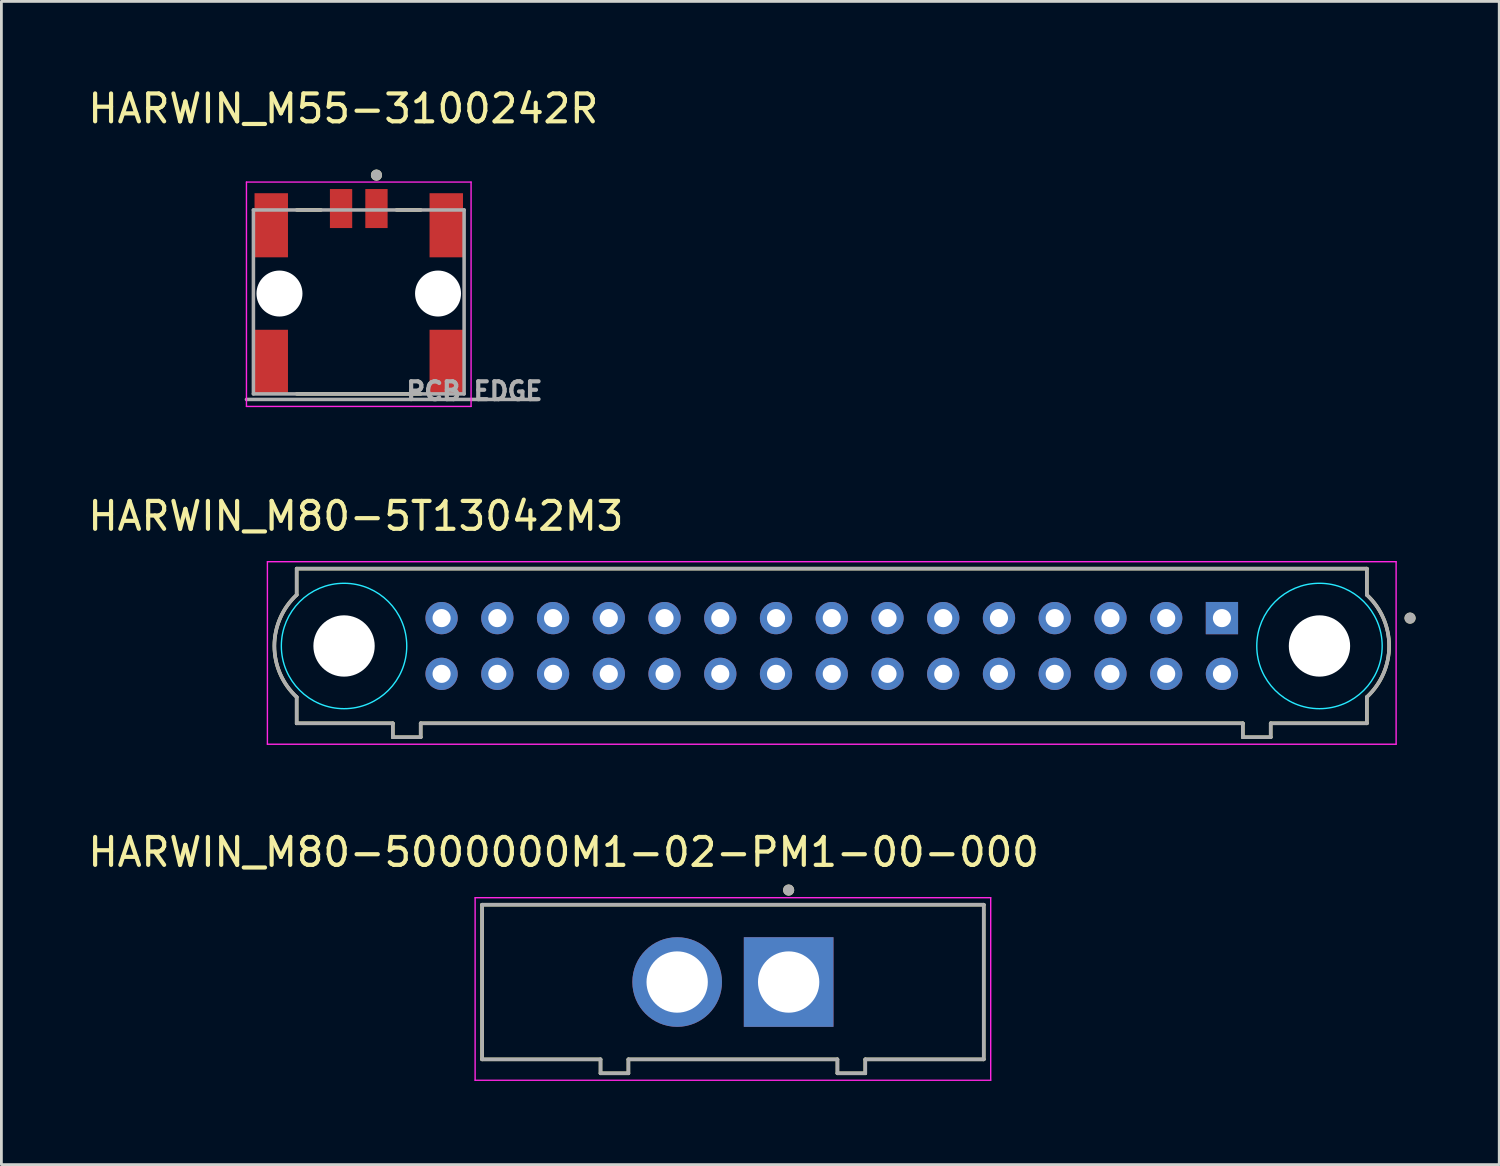
<source format=kicad_pcb>
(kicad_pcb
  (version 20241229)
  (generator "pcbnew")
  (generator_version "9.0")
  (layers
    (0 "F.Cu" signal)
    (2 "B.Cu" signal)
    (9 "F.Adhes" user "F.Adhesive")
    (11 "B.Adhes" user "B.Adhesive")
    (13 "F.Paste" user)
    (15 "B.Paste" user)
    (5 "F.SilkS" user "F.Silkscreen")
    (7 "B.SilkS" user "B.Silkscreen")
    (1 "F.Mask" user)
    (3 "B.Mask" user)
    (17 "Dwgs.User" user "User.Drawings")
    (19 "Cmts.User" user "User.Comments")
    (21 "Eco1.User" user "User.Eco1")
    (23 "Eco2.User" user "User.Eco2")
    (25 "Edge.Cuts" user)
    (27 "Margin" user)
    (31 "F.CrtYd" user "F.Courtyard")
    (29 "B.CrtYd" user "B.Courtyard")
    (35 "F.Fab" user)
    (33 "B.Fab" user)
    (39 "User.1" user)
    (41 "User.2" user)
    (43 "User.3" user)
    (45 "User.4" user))
  (footprint "HARWIN_M80-5000000M1-02-PM1-00-000"
    (layer "F.Cu")
    (at 23.248 32.187)
    (property "Reference" "HARWIN_M80-5000000M1-02-PM1-00-000" (at -6.075 -4.66 0) (layer "F.SilkS") (effects (font (size 1 1) (thickness 0.15))))
    (attr through_hole)
    (fp_line (start -9 -2.775) (end 9 -2.775) (stroke (width 0.127) (type solid)) (layer "F.SilkS"))
    (fp_line (start -9 2.775) (end -9 -2.775) (stroke (width 0.127) (type solid)) (layer "F.SilkS"))
    (fp_line (start -4.75 2.775) (end -9 2.775) (stroke (width 0.127) (type solid)) (layer "F.SilkS"))
    (fp_line (start -4.75 3.275) (end -4.75 2.775) (stroke (width 0.127) (type solid)) (layer "F.SilkS"))
    (fp_line (start -3.75 2.775) (end -3.75 3.275) (stroke (width 0.127) (type solid)) (layer "F.SilkS"))
    (fp_line (start -3.75 3.275) (end -4.75 3.275) (stroke (width 0.127) (type solid)) (layer "F.SilkS"))
    (fp_line (start 3.75 2.775) (end -3.75 2.775) (stroke (width 0.127) (type solid)) (layer "F.SilkS"))
    (fp_line (start 3.75 3.275) (end 3.75 2.775) (stroke (width 0.127) (type solid)) (layer "F.SilkS"))
    (fp_line (start 4.75 2.775) (end 4.75 3.275) (stroke (width 0.127) (type solid)) (layer "F.SilkS"))
    (fp_line (start 4.75 3.275) (end 3.75 3.275) (stroke (width 0.127) (type solid)) (layer "F.SilkS"))
    (fp_line (start 9 -2.775) (end 9 2.775) (stroke (width 0.127) (type solid)) (layer "F.SilkS"))
    (fp_line (start 9 2.775) (end 4.75 2.775) (stroke (width 0.127) (type solid)) (layer "F.SilkS"))
    (fp_circle (center 2 -3.3) (end 2.1 -3.3) (stroke (width 0.2) (type solid)) (fill no) (layer "F.SilkS"))
    (fp_line (start -9.25 -3.025) (end -9.25 3.525) (stroke (width 0.05) (type solid)) (layer "F.CrtYd"))
    (fp_line (start -9.25 3.525) (end 9.25 3.525) (stroke (width 0.05) (type solid)) (layer "F.CrtYd"))
    (fp_line (start 9.25 -3.025) (end -9.25 -3.025) (stroke (width 0.05) (type solid)) (layer "F.CrtYd"))
    (fp_line (start 9.25 3.525) (end 9.25 -3.025) (stroke (width 0.05) (type solid)) (layer "F.CrtYd"))
    (fp_line (start -9 -2.775) (end 9 -2.775) (stroke (width 0.127) (type solid)) (layer "F.Fab"))
    (fp_line (start -9 2.775) (end -9 -2.775) (stroke (width 0.127) (type solid)) (layer "F.Fab"))
    (fp_line (start -4.75 2.775) (end -9 2.775) (stroke (width 0.127) (type solid)) (layer "F.Fab"))
    (fp_line (start -4.75 3.275) (end -4.75 2.775) (stroke (width 0.127) (type solid)) (layer "F.Fab"))
    (fp_line (start -3.75 2.775) (end -3.75 3.275) (stroke (width 0.127) (type solid)) (layer "F.Fab"))
    (fp_line (start -3.75 3.275) (end -4.75 3.275) (stroke (width 0.127) (type solid)) (layer "F.Fab"))
    (fp_line (start 3.75 2.775) (end -3.75 2.775) (stroke (width 0.127) (type solid)) (layer "F.Fab"))
    (fp_line (start 3.75 3.275) (end 3.75 2.775) (stroke (width 0.127) (type solid)) (layer "F.Fab"))
    (fp_line (start 4.75 2.775) (end 4.75 3.275) (stroke (width 0.127) (type solid)) (layer "F.Fab"))
    (fp_line (start 4.75 3.275) (end 3.75 3.275) (stroke (width 0.127) (type solid)) (layer "F.Fab"))
    (fp_line (start 9 -2.775) (end 9 2.775) (stroke (width 0.127) (type solid)) (layer "F.Fab"))
    (fp_line (start 9 2.775) (end 4.75 2.775) (stroke (width 0.127) (type solid)) (layer "F.Fab"))
    (fp_circle (center 2 -3.3) (end 2.1 -3.3) (stroke (width 0.2) (type solid)) (fill no) (layer "F.Fab"))
    (pad "A" thru_hole rect (at 2 0) (size 3.216 3.216) (drill 2.2) (layers "*.Cu" "*.Mask"))
    (pad "B" thru_hole circle (at -2 0) (size 3.216 3.216) (drill 2.2) (layers "*.Cu" "*.Mask")))
  (footprint "HARWIN_M80-5T13042M3"
    (layer "F.Cu")
    (at 26.795 20.129)
    (property "Reference" "HARWIN_M80-5T13042M3" (at -17.075 -4.66 0) (layer "F.SilkS") (effects (font (size 1 1) (thickness 0.15))))
    (attr through_hole)
    (fp_line (start -19.2 -2.775) (end 19.2 -2.775) (stroke (width 0.127) (type solid)) (layer "F.SilkS"))
    (fp_line (start -19.2 -1.833) (end -19.2 -2.775) (stroke (width 0.127) (type solid)) (layer "F.SilkS"))
    (fp_line (start -19.2 2.775) (end -19.2 1.833) (stroke (width 0.127) (type solid)) (layer "F.SilkS"))
    (fp_line (start -15.75 2.775) (end -19.2 2.775) (stroke (width 0.127) (type solid)) (layer "F.SilkS"))
    (fp_line (start -15.75 3.275) (end -15.75 2.775) (stroke (width 0.127) (type solid)) (layer "F.SilkS"))
    (fp_line (start -14.75 2.775) (end -14.75 3.275) (stroke (width 0.127) (type solid)) (layer "F.SilkS"))
    (fp_line (start -14.75 3.275) (end -15.75 3.275) (stroke (width 0.127) (type solid)) (layer "F.SilkS"))
    (fp_line (start 14.75 2.775) (end -14.75 2.775) (stroke (width 0.127) (type solid)) (layer "F.SilkS"))
    (fp_line (start 14.75 3.275) (end 14.75 2.775) (stroke (width 0.127) (type solid)) (layer "F.SilkS"))
    (fp_line (start 15.75 2.775) (end 15.75 3.275) (stroke (width 0.127) (type solid)) (layer "F.SilkS"))
    (fp_line (start 15.75 3.275) (end 14.75 3.275) (stroke (width 0.127) (type solid)) (layer "F.SilkS"))
    (fp_line (start 19.2 -2.775) (end 19.2 -1.833) (stroke (width 0.127) (type solid)) (layer "F.SilkS"))
    (fp_line (start 19.2 1.833) (end 19.2 2.775) (stroke (width 0.127) (type solid)) (layer "F.SilkS"))
    (fp_line (start 19.2 2.775) (end 15.75 2.775) (stroke (width 0.127) (type solid)) (layer "F.SilkS"))
    (fp_arc (start -19.2 1.83303) (mid -19.999974 0) (end -19.200001 -1.83303) (stroke (width 0.127) (type solid)) (layer "F.SilkS"))
    (fp_arc (start 19.2 -1.83303) (mid 19.999974 0) (end 19.200001 1.83303) (stroke (width 0.127) (type solid)) (layer "F.SilkS"))
    (fp_circle (center 20.75 -1) (end 20.85 -1) (stroke (width 0.2) (type solid)) (fill no) (layer "F.SilkS"))
    (fp_circle (center -17.5 0) (end -15.25 0) (stroke (width 0.05) (type solid)) (fill no) (layer "B.CrtYd"))
    (fp_circle (center 17.5 0) (end 19.75 0) (stroke (width 0.05) (type solid)) (fill no) (layer "B.CrtYd"))
    (fp_line (start -20.25 -3.025) (end -20.25 3.525) (stroke (width 0.05) (type solid)) (layer "F.CrtYd"))
    (fp_line (start -20.25 3.525) (end 20.25 3.525) (stroke (width 0.05) (type solid)) (layer "F.CrtYd"))
    (fp_line (start 20.25 -3.025) (end -20.25 -3.025) (stroke (width 0.05) (type solid)) (layer "F.CrtYd"))
    (fp_line (start 20.25 3.525) (end 20.25 -3.025) (stroke (width 0.05) (type solid)) (layer "F.CrtYd"))
    (fp_line (start -19.2 -2.775) (end 19.2 -2.775) (stroke (width 0.127) (type solid)) (layer "F.Fab"))
    (fp_line (start -19.2 -1.833) (end -19.2 -2.775) (stroke (width 0.127) (type solid)) (layer "F.Fab"))
    (fp_line (start -19.2 2.775) (end -19.2 1.833) (stroke (width 0.127) (type solid)) (layer "F.Fab"))
    (fp_line (start -15.75 2.775) (end -19.2 2.775) (stroke (width 0.127) (type solid)) (layer "F.Fab"))
    (fp_line (start -15.75 3.275) (end -15.75 2.775) (stroke (width 0.127) (type solid)) (layer "F.Fab"))
    (fp_line (start -14.75 2.775) (end -14.75 3.275) (stroke (width 0.127) (type solid)) (layer "F.Fab"))
    (fp_line (start -14.75 3.275) (end -15.75 3.275) (stroke (width 0.127) (type solid)) (layer "F.Fab"))
    (fp_line (start 14.75 2.775) (end -14.75 2.775) (stroke (width 0.127) (type solid)) (layer "F.Fab"))
    (fp_line (start 14.75 3.275) (end 14.75 2.775) (stroke (width 0.127) (type solid)) (layer "F.Fab"))
    (fp_line (start 15.75 2.775) (end 15.75 3.275) (stroke (width 0.127) (type solid)) (layer "F.Fab"))
    (fp_line (start 15.75 3.275) (end 14.75 3.275) (stroke (width 0.127) (type solid)) (layer "F.Fab"))
    (fp_line (start 19.2 -2.775) (end 19.2 -1.833) (stroke (width 0.127) (type solid)) (layer "F.Fab"))
    (fp_line (start 19.2 1.833) (end 19.2 2.775) (stroke (width 0.127) (type solid)) (layer "F.Fab"))
    (fp_line (start 19.2 2.775) (end 15.75 2.775) (stroke (width 0.127) (type solid)) (layer "F.Fab"))
    (fp_arc (start -19.2 1.83303) (mid -19.999974 0) (end -19.200001 -1.83303) (stroke (width 0.127) (type solid)) (layer "F.Fab"))
    (fp_arc (start 19.2 -1.83303) (mid 19.999974 0) (end 19.200001 1.83303) (stroke (width 0.127) (type solid)) (layer "F.Fab"))
    (fp_circle (center 20.75 -1) (end 20.85 -1) (stroke (width 0.2) (type solid)) (fill no) (layer "F.Fab"))
    (pad "" np_thru_hole circle (at -17.5 0) (size 2.2 2.2) (drill 2.2) (layers "*.Cu" "*.Mask"))
    (pad "" np_thru_hole circle (at 17.5 0) (size 2.2 2.2) (drill 2.2) (layers "*.Cu" "*.Mask"))
    (pad "1" thru_hole rect (at 14 -1) (size 1.158 1.158) (drill 0.65) (layers "*.Cu" "*.Mask"))
    (pad "2" thru_hole circle (at 12 -1) (size 1.158 1.158) (drill 0.65) (layers "*.Cu" "*.Mask"))
    (pad "3" thru_hole circle (at 10 -1) (size 1.158 1.158) (drill 0.65) (layers "*.Cu" "*.Mask"))
    (pad "4" thru_hole circle (at 8 -1) (size 1.158 1.158) (drill 0.65) (layers "*.Cu" "*.Mask"))
    (pad "5" thru_hole circle (at 6 -1) (size 1.158 1.158) (drill 0.65) (layers "*.Cu" "*.Mask"))
    (pad "6" thru_hole circle (at 4 -1) (size 1.158 1.158) (drill 0.65) (layers "*.Cu" "*.Mask"))
    (pad "7" thru_hole circle (at 2 -1) (size 1.158 1.158) (drill 0.65) (layers "*.Cu" "*.Mask"))
    (pad "8" thru_hole circle (at 0 -1) (size 1.158 1.158) (drill 0.65) (layers "*.Cu" "*.Mask"))
    (pad "9" thru_hole circle (at -2 -1) (size 1.158 1.158) (drill 0.65) (layers "*.Cu" "*.Mask"))
    (pad "10" thru_hole circle (at -4 -1) (size 1.158 1.158) (drill 0.65) (layers "*.Cu" "*.Mask"))
    (pad "11" thru_hole circle (at -6 -1) (size 1.158 1.158) (drill 0.65) (layers "*.Cu" "*.Mask"))
    (pad "12" thru_hole circle (at -8 -1) (size 1.158 1.158) (drill 0.65) (layers "*.Cu" "*.Mask"))
    (pad "13" thru_hole circle (at -10 -1) (size 1.158 1.158) (drill 0.65) (layers "*.Cu" "*.Mask"))
    (pad "14" thru_hole circle (at -12 -1) (size 1.158 1.158) (drill 0.65) (layers "*.Cu" "*.Mask"))
    (pad "15" thru_hole circle (at -14 -1) (size 1.158 1.158) (drill 0.65) (layers "*.Cu" "*.Mask"))
    (pad "16" thru_hole circle (at 14 1) (size 1.158 1.158) (drill 0.65) (layers "*.Cu" "*.Mask"))
    (pad "17" thru_hole circle (at 12 1) (size 1.158 1.158) (drill 0.65) (layers "*.Cu" "*.Mask"))
    (pad "18" thru_hole circle (at 10 1) (size 1.158 1.158) (drill 0.65) (layers "*.Cu" "*.Mask"))
    (pad "19" thru_hole circle (at 8 1) (size 1.158 1.158) (drill 0.65) (layers "*.Cu" "*.Mask"))
    (pad "20" thru_hole circle (at 6 1) (size 1.158 1.158) (drill 0.65) (layers "*.Cu" "*.Mask"))
    (pad "21" thru_hole circle (at 4 1) (size 1.158 1.158) (drill 0.65) (layers "*.Cu" "*.Mask"))
    (pad "22" thru_hole circle (at 2 1) (size 1.158 1.158) (drill 0.65) (layers "*.Cu" "*.Mask"))
    (pad "23" thru_hole circle (at 0 1) (size 1.158 1.158) (drill 0.65) (layers "*.Cu" "*.Mask"))
    (pad "24" thru_hole circle (at -2 1) (size 1.158 1.158) (drill 0.65) (layers "*.Cu" "*.Mask"))
    (pad "25" thru_hole circle (at -4 1) (size 1.158 1.158) (drill 0.65) (layers "*.Cu" "*.Mask"))
    (pad "26" thru_hole circle (at -6 1) (size 1.158 1.158) (drill 0.65) (layers "*.Cu" "*.Mask"))
    (pad "27" thru_hole circle (at -8 1) (size 1.158 1.158) (drill 0.65) (layers "*.Cu" "*.Mask"))
    (pad "28" thru_hole circle (at -10 1) (size 1.158 1.158) (drill 0.65) (layers "*.Cu" "*.Mask"))
    (pad "29" thru_hole circle (at -12 1) (size 1.158 1.158) (drill 0.65) (layers "*.Cu" "*.Mask"))
    (pad "30" thru_hole circle (at -14 1) (size 1.158 1.158) (drill 0.65) (layers "*.Cu" "*.Mask"))
    (zone (net_name "") (layers "F.Cu" "B.Cu") (hatch full 0.508) (connect_pads) (min_thickness 2) (filled_areas_thickness no) (keepout (tracks allowed) (vias not_allowed) (pads allowed) (copperpour allowed) (footprints allowed)) (placement (enabled no)) (fill) (polygon (pts (xy 11.295 20.129) (xy 11.286 20.325) (xy 11.257 20.519) (xy 11.209 20.71) (xy 11.143 20.895) (xy 11.059 21.072) (xy 10.958 21.24) (xy 10.841 21.398) (xy 10.709 21.543) (xy 10.564 21.675) (xy 10.406 21.792) (xy 10.238 21.893) (xy 10.061 21.977) (xy 9.876 22.043) (xy 9.685 22.091) (xy 9.491 22.12) (xy 9.295 22.129) (xy 9.099 22.12) (xy 8.905 22.091) (xy 8.715 22.043) (xy 8.53 21.977) (xy 8.352 21.893) (xy 8.184 21.792) (xy 8.026 21.675) (xy 7.881 21.543) (xy 7.749 21.398) (xy 7.632 21.24) (xy 7.531 21.072) (xy 7.447 20.895) (xy 7.381 20.71) (xy 7.334 20.519) (xy 7.305 20.325) (xy 7.295 20.129) (xy 7.305 19.933) (xy 7.334 19.739) (xy 7.381 19.549) (xy 7.447 19.364) (xy 7.531 19.186) (xy 7.632 19.018) (xy 7.749 18.86) (xy 7.881 18.715) (xy 8.026 18.583) (xy 8.184 18.466) (xy 8.352 18.365) (xy 8.53 18.281) (xy 8.715 18.215) (xy 8.905 18.168) (xy 9.099 18.139) (xy 9.295 18.129) (xy 9.491 18.139) (xy 9.685 18.168) (xy 9.876 18.215) (xy 10.061 18.281) (xy 10.238 18.365) (xy 10.406 18.466) (xy 10.564 18.583) (xy 10.709 18.715) (xy 10.841 18.86) (xy 10.958 19.018) (xy 11.059 19.186) (xy 11.143 19.364) (xy 11.209 19.549) (xy 11.257 19.739) (xy 11.286 19.933))))
    (zone (net_name "") (layers "F.Cu" "B.Cu") (hatch full 0.508) (connect_pads) (min_thickness 2) (filled_areas_thickness no) (keepout (tracks allowed) (vias not_allowed) (pads allowed) (copperpour allowed) (footprints allowed)) (placement (enabled no)) (fill) (polygon (pts (xy 46.295 20.129) (xy 46.286 20.325) (xy 46.257 20.519) (xy 46.209 20.71) (xy 46.143 20.895) (xy 46.059 21.072) (xy 45.958 21.24) (xy 45.841 21.398) (xy 45.709 21.543) (xy 45.564 21.675) (xy 45.406 21.792) (xy 45.238 21.893) (xy 45.061 21.977) (xy 44.876 22.043) (xy 44.685 22.091) (xy 44.491 22.12) (xy 44.295 22.129) (xy 44.099 22.12) (xy 43.905 22.091) (xy 43.715 22.043) (xy 43.53 21.977) (xy 43.352 21.893) (xy 43.184 21.792) (xy 43.026 21.675) (xy 42.881 21.543) (xy 42.749 21.398) (xy 42.632 21.24) (xy 42.531 21.072) (xy 42.447 20.895) (xy 42.381 20.71) (xy 42.334 20.519) (xy 42.305 20.325) (xy 42.295 20.129) (xy 42.305 19.933) (xy 42.334 19.739) (xy 42.381 19.549) (xy 42.447 19.364) (xy 42.531 19.186) (xy 42.632 19.018) (xy 42.749 18.86) (xy 42.881 18.715) (xy 43.026 18.583) (xy 43.184 18.466) (xy 43.352 18.365) (xy 43.53 18.281) (xy 43.715 18.215) (xy 43.905 18.168) (xy 44.099 18.139) (xy 44.295 18.129) (xy 44.491 18.139) (xy 44.685 18.168) (xy 44.876 18.215) (xy 45.061 18.281) (xy 45.238 18.365) (xy 45.406 18.466) (xy 45.564 18.583) (xy 45.709 18.715) (xy 45.841 18.86) (xy 45.958 19.018) (xy 46.059 19.186) (xy 46.143 19.364) (xy 46.209 19.549) (xy 46.257 19.739) (xy 46.286 19.933))))
    (zone (net_name "") (layer "B.Cu") (hatch full 0.508) (connect_pads) (min_thickness 2) (filled_areas_thickness no) (keepout (tracks not_allowed) (vias not_allowed) (pads not_allowed) (copperpour not_allowed) (footprints allowed)) (placement (enabled no)) (fill) (polygon (pts (xy 11.295 20.129) (xy 11.286 20.325) (xy 11.257 20.519) (xy 11.209 20.71) (xy 11.143 20.895) (xy 11.059 21.072) (xy 10.958 21.24) (xy 10.841 21.398) (xy 10.709 21.543) (xy 10.564 21.675) (xy 10.406 21.792) (xy 10.238 21.893) (xy 10.061 21.977) (xy 9.876 22.043) (xy 9.685 22.091) (xy 9.491 22.12) (xy 9.295 22.129) (xy 9.099 22.12) (xy 8.905 22.091) (xy 8.715 22.043) (xy 8.53 21.977) (xy 8.352 21.893) (xy 8.184 21.792) (xy 8.026 21.675) (xy 7.881 21.543) (xy 7.749 21.398) (xy 7.632 21.24) (xy 7.531 21.072) (xy 7.447 20.895) (xy 7.381 20.71) (xy 7.334 20.519) (xy 7.305 20.325) (xy 7.295 20.129) (xy 7.305 19.933) (xy 7.334 19.739) (xy 7.381 19.549) (xy 7.447 19.364) (xy 7.531 19.186) (xy 7.632 19.018) (xy 7.749 18.86) (xy 7.881 18.715) (xy 8.026 18.583) (xy 8.184 18.466) (xy 8.352 18.365) (xy 8.53 18.281) (xy 8.715 18.215) (xy 8.905 18.168) (xy 9.099 18.139) (xy 9.295 18.129) (xy 9.491 18.139) (xy 9.685 18.168) (xy 9.876 18.215) (xy 10.061 18.281) (xy 10.238 18.365) (xy 10.406 18.466) (xy 10.564 18.583) (xy 10.709 18.715) (xy 10.841 18.86) (xy 10.958 19.018) (xy 11.059 19.186) (xy 11.143 19.364) (xy 11.209 19.549) (xy 11.257 19.739) (xy 11.286 19.933))))
    (zone (net_name "") (layer "B.Cu") (hatch full 0.508) (connect_pads) (min_thickness 2) (filled_areas_thickness no) (keepout (tracks not_allowed) (vias not_allowed) (pads not_allowed) (copperpour not_allowed) (footprints allowed)) (placement (enabled no)) (fill) (polygon (pts (xy 46.295 20.129) (xy 46.286 20.325) (xy 46.257 20.519) (xy 46.209 20.71) (xy 46.143 20.895) (xy 46.059 21.072) (xy 45.958 21.24) (xy 45.841 21.398) (xy 45.709 21.543) (xy 45.564 21.675) (xy 45.406 21.792) (xy 45.238 21.893) (xy 45.061 21.977) (xy 44.876 22.043) (xy 44.685 22.091) (xy 44.491 22.12) (xy 44.295 22.129) (xy 44.099 22.12) (xy 43.905 22.091) (xy 43.715 22.043) (xy 43.53 21.977) (xy 43.352 21.893) (xy 43.184 21.792) (xy 43.026 21.675) (xy 42.881 21.543) (xy 42.749 21.398) (xy 42.632 21.24) (xy 42.531 21.072) (xy 42.447 20.895) (xy 42.381 20.71) (xy 42.334 20.519) (xy 42.305 20.325) (xy 42.295 20.129) (xy 42.305 19.933) (xy 42.334 19.739) (xy 42.381 19.549) (xy 42.447 19.364) (xy 42.531 19.186) (xy 42.632 19.018) (xy 42.749 18.86) (xy 42.881 18.715) (xy 43.026 18.583) (xy 43.184 18.466) (xy 43.352 18.365) (xy 43.53 18.281) (xy 43.715 18.215) (xy 43.905 18.168) (xy 44.099 18.139) (xy 44.295 18.129) (xy 44.491 18.139) (xy 44.685 18.168) (xy 44.876 18.215) (xy 45.061 18.281) (xy 45.238 18.365) (xy 45.406 18.466) (xy 45.564 18.583) (xy 45.709 18.715) (xy 45.841 18.86) (xy 45.958 19.018) (xy 46.059 19.186) (xy 46.143 19.364) (xy 46.209 19.549) (xy 46.257 19.739) (xy 46.286 19.933)))))
  (footprint "HARWIN_M55-3100242R"
    (layer "F.Cu")
    (at 9.823 7.483)
    (property "Reference" "HARWIN_M55-3100242R" (at -0.555 -6.635 0) (layer "F.SilkS") (effects (font (size 1 1) (thickness 0.15))))
    (attr smd)
    (fp_line (start -2.225 -3) (end -1.355 -3) (stroke (width 0.127) (type solid)) (layer "F.SilkS"))
    (fp_line (start -2.225 3.6) (end 2.225 3.6) (stroke (width 0.127) (type solid)) (layer "F.SilkS"))
    (fp_line (start 1.355 -3) (end 2.225 -3) (stroke (width 0.127) (type solid)) (layer "F.SilkS"))
    (fp_circle (center 0.635 -4.25) (end 0.735 -4.25) (stroke (width 0.2) (type solid)) (fill no) (layer "F.SilkS"))
    (fp_line (start -4.03 -4) (end 4.03 -4) (stroke (width 0.05) (type solid)) (layer "F.CrtYd"))
    (fp_line (start -4.03 4.05) (end -4.03 -4) (stroke (width 0.05) (type solid)) (layer "F.CrtYd"))
    (fp_line (start 4.03 -4) (end 4.03 4.05) (stroke (width 0.05) (type solid)) (layer "F.CrtYd"))
    (fp_line (start 4.03 4.05) (end -4.03 4.05) (stroke (width 0.05) (type solid)) (layer "F.CrtYd"))
    (fp_line (start -4.03 3.8) (end 6.4 3.8) (stroke (width 0.127) (type solid)) (layer "F.Fab"))
    (fp_line (start -3.78 -3) (end -3.78 3.6) (stroke (width 0.127) (type solid)) (layer "F.Fab"))
    (fp_line (start -3.78 -3) (end 3.78 -3) (stroke (width 0.127) (type solid)) (layer "F.Fab"))
    (fp_line (start -3.78 3.6) (end 3.78 3.6) (stroke (width 0.127) (type solid)) (layer "F.Fab"))
    (fp_line (start 3.78 -3) (end 3.78 3.6) (stroke (width 0.127) (type solid)) (layer "F.Fab"))
    (fp_circle (center 0.635 -4.25) (end 0.735 -4.25) (stroke (width 0.2) (type solid)) (fill no) (layer "F.Fab"))
    (fp_text user "PCB EDGE" (at 4.15 3.5 0) (layer "F.Fab") (effects (font (size 0.64 0.64) (thickness 0.15))))
    (pad "" np_thru_hole circle (at -2.845 0) (size 1.65 1.65) (drill 1.65) (layers "*.Cu" "*.Mask"))
    (pad "" np_thru_hole circle (at 2.845 0) (size 1.65 1.65) (drill 1.65) (layers "*.Cu" "*.Mask"))
    (pad "1" smd rect (at 0.635 -3.05) (size 0.8 1.4) (layers "F.Cu" "F.Mask" "F.Paste"))
    (pad "2" smd rect (at -0.635 -3.05) (size 0.8 1.4) (layers "F.Cu" "F.Mask" "F.Paste"))
    (pad "SH1" smd rect (at -3.14 -2.45) (size 1.2 2.3) (layers "F.Cu" "F.Mask" "F.Paste"))
    (pad "SH2" smd rect (at -3.14 2.45) (size 1.2 2.3) (layers "F.Cu" "F.Mask" "F.Paste"))
    (pad "SH3" smd rect (at 3.14 -2.45) (size 1.2 2.3) (layers "F.Cu" "F.Mask" "F.Paste"))
    (pad "SH4" smd rect (at 3.14 2.45) (size 1.2 2.3) (layers "F.Cu" "F.Mask" "F.Paste")))
  (gr_rect
    (start -3 -3)
    (end 50.745 38.737)
    (stroke (width 0.1) (type default))
    (fill no)
    (layer "Edge.Cuts")))
</source>
